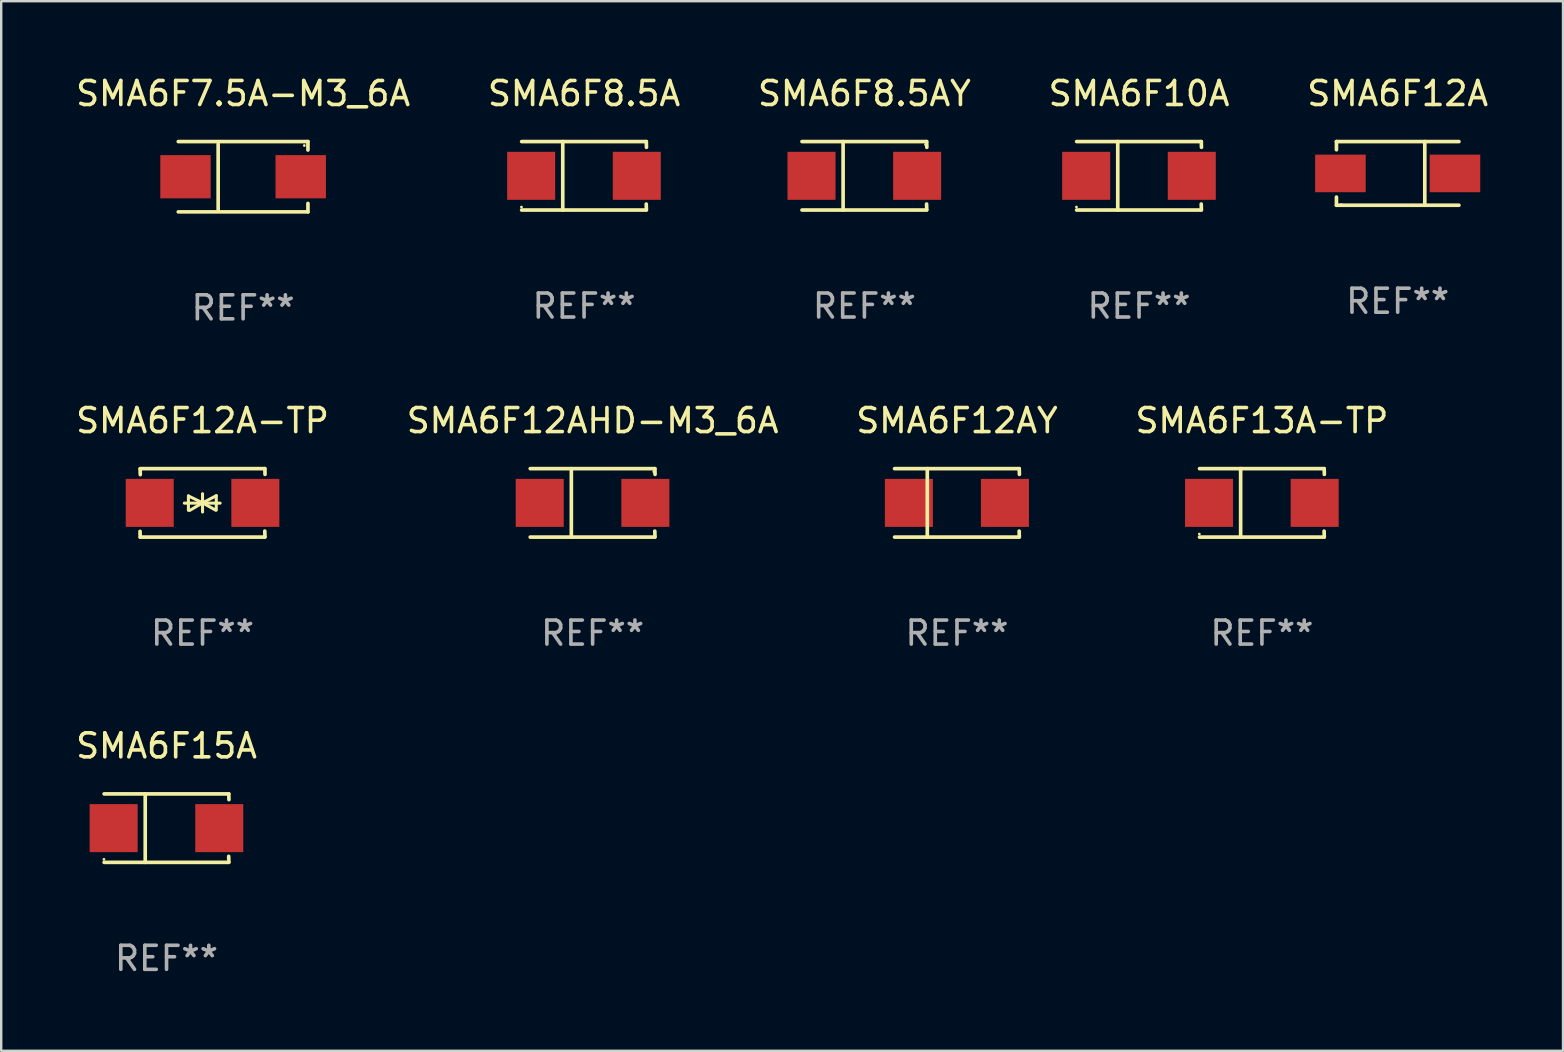
<source format=kicad_pcb>
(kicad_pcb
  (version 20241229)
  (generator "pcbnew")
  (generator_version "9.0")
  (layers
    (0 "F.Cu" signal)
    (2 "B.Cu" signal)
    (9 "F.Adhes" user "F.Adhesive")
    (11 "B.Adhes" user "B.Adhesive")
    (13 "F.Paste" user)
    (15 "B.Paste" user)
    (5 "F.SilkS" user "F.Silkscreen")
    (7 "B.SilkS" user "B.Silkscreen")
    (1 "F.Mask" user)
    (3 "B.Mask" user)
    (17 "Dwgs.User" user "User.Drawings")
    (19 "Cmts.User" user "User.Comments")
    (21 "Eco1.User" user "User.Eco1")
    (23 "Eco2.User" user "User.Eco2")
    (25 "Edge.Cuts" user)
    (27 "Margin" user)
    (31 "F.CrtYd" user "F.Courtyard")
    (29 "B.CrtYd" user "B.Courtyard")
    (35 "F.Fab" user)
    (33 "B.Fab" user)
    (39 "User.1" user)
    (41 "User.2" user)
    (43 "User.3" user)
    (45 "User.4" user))
  (footprint "SMA6F8.5AY"
    (layer "F.Cu")
    (at 32.958 4.274)
    (property "Reference" "SMA6F8.5AY" (at 0 -3.426 0) (layer "F.SilkS") (effects (font (size 1 1) (thickness 0.15))))
    (attr through_hole)
    (fp_line (start -2.6 -1.426) (end 2.593 -1.426) (stroke (width 0.152) (type solid)) (layer "F.SilkS"))
    (fp_line (start -2.6 1.426) (end 2.593 1.426) (stroke (width 0.152) (type solid)) (layer "F.SilkS"))
    (fp_line (start -0.887 -1.426) (end -0.887 1.426) (stroke (width 0.152) (type solid)) (layer "F.SilkS"))
    (fp_line (start 2.59 1.176) (end 2.597 1.415) (stroke (width 0.152) (type solid)) (layer "F.SilkS"))
    (fp_line (start 2.593 -1.426) (end 2.6 -1.187) (stroke (width 0.152) (type solid)) (layer "F.SilkS"))
    (fp_circle (center 2.547 -1.3) (end 2.577 -1.3) (stroke (width 0.06) (type solid)) (fill no) (layer "F.SilkS"))
    (fp_text user "REF**" (at 0 5.426 0) (layer "F.Fab") (effects (font (size 1 1) (thickness 0.15))))
    (pad "1" smd rect (at 2.197 -0.000025 180) (size 2 2) (layers "F.Cu" "F.Mask" "F.Paste"))
    (pad "2" smd rect (at -2.203 -0.000025 180) (size 2 2) (layers "F.Cu" "F.Mask" "F.Paste")))
  (footprint "SMA6F15A"
    (layer "F.Cu")
    (at 3.887 31.447)
    (property "Reference" "SMA6F15A" (at 0 -3.426 0) (layer "F.SilkS") (effects (font (size 1 1) (thickness 0.15))))
    (attr through_hole)
    (fp_line (start -2.6 -1.426) (end 2.593 -1.426) (stroke (width 0.152) (type solid)) (layer "F.SilkS"))
    (fp_line (start -2.6 1.426) (end 2.593 1.426) (stroke (width 0.152) (type solid)) (layer "F.SilkS"))
    (fp_line (start -0.887 -1.426) (end -0.887 1.426) (stroke (width 0.152) (type solid)) (layer "F.SilkS"))
    (fp_line (start 2.59 1.176) (end 2.597 1.415) (stroke (width 0.152) (type solid)) (layer "F.SilkS"))
    (fp_line (start 2.593 -1.426) (end 2.6 -1.187) (stroke (width 0.152) (type solid)) (layer "F.SilkS"))
    (fp_circle (center -2.608 1.3) (end -2.578 1.3) (stroke (width 0.06) (type solid)) (fill no) (layer "F.SilkS"))
    (fp_text user "REF**" (at 0 5.426 0) (layer "F.Fab") (effects (font (size 1 1) (thickness 0.15))))
    (pad "1" smd rect (at -2.203 0 180) (size 2 2) (layers "F.Cu" "F.Mask" "F.Paste"))
    (pad "2" smd rect (at 2.197 0 180) (size 2 2) (layers "F.Cu" "F.Mask" "F.Paste")))
  (footprint "SMA6F12A-TP"
    (layer "F.Cu")
    (at 5.387 17.898)
    (property "Reference" "SMA6F12A-TP" (at 0 -3.426 0) (layer "F.SilkS") (effects (font (size 1 1) (thickness 0.15))))
    (attr through_hole)
    (fp_line (start -2.596 -1.426) (end 2.596 -1.426) (stroke (width 0.152) (type solid)) (layer "F.SilkS"))
    (fp_line (start -2.596 1.426) (end -2.603 1.187) (stroke (width 0.152) (type solid)) (layer "F.SilkS"))
    (fp_line (start -2.596 1.426) (end 2.596 1.426) (stroke (width 0.152) (type solid)) (layer "F.SilkS"))
    (fp_line (start -2.593 -1.176) (end -2.6 -1.415) (stroke (width 0.152) (type solid)) (layer "F.SilkS"))
    (fp_line (start -0.758 0.011) (end 0.732 0.011) (stroke (width 0.127) (type solid)) (layer "F.SilkS"))
    (fp_line (start -0.588 -0.289) (end -0.588 0.311) (stroke (width 0.127) (type solid)) (layer "F.SilkS"))
    (fp_line (start -0.588 -0.289) (end 0 0) (stroke (width 0.127) (type solid)) (layer "F.SilkS"))
    (fp_line (start -0.528 0.311) (end 0 0) (stroke (width 0.127) (type solid)) (layer "F.SilkS"))
    (fp_line (start 0 0) (end 0 -0.381) (stroke (width 0.127) (type solid)) (layer "F.SilkS"))
    (fp_line (start 0 0) (end 0 0.381) (stroke (width 0.127) (type solid)) (layer "F.SilkS"))
    (fp_line (start 0.542 0.301) (end 0 0) (stroke (width 0.127) (type solid)) (layer "F.SilkS"))
    (fp_line (start 0.572 -0.299) (end 0 0) (stroke (width 0.127) (type solid)) (layer "F.SilkS"))
    (fp_line (start 0.572 -0.299) (end 0.572 0.301) (stroke (width 0.127) (type solid)) (layer "F.SilkS"))
    (fp_line (start 2.593 1.176) (end 2.6 1.415) (stroke (width 0.152) (type solid)) (layer "F.SilkS"))
    (fp_line (start 2.596 -1.426) (end 2.603 -1.187) (stroke (width 0.152) (type solid)) (layer "F.SilkS"))
    (fp_circle (center -2.605 1.3) (end -2.575 1.3) (stroke (width 0.06) (type solid)) (fill no) (layer "F.SilkS"))
    (fp_text user "REF**" (at 0 5.426 0) (layer "F.Fab") (effects (font (size 1 1) (thickness 0.15))))
    (pad "1" smd rect (at -2.2 0 180) (size 2 2) (layers "F.Cu" "F.Mask" "F.Paste"))
    (pad "2" smd rect (at 2.2 0 180) (size 2 2) (layers "F.Cu" "F.Mask" "F.Paste")))
  (footprint "SMA6F12A"
    (layer "F.Cu")
    (at 55.173 4.174)
    (property "Reference" "SMA6F12A" (at 0 -3.326 0) (layer "F.SilkS") (effects (font (size 1 1) (thickness 0.15))))
    (attr through_hole)
    (fp_line (start -2.551 -1.326) (end -2.551 -0.986) (stroke (width 0.152) (type solid)) (layer "F.SilkS"))
    (fp_line (start -2.551 1.326) (end -2.551 0.986) (stroke (width 0.152) (type solid)) (layer "F.SilkS"))
    (fp_line (start 1.129 1.326) (end 1.129 -1.326) (stroke (width 0.152) (type solid)) (layer "F.SilkS"))
    (fp_line (start 2.551 -1.326) (end -2.551 -1.326) (stroke (width 0.152) (type solid)) (layer "F.SilkS"))
    (fp_line (start 2.551 1.326) (end -2.551 1.326) (stroke (width 0.152) (type solid)) (layer "F.SilkS"))
    (fp_circle (center -2.35 1.3) (end -2.32 1.3) (stroke (width 0.06) (type solid)) (fill no) (layer "F.SilkS"))
    (fp_text user "REF**" (at 0 5.326 0) (layer "F.Fab") (effects (font (size 1 1) (thickness 0.15))))
    (pad "1" smd rect (at -2.386 0) (size 2.107 1.566) (layers "F.Cu" "F.Mask" "F.Paste"))
    (pad "2" smd rect (at 2.386 0) (size 2.107 1.566) (layers "F.Cu" "F.Mask" "F.Paste")))
  (footprint "SMA6F12AHD-M3_6A"
    (layer "F.Cu")
    (at 21.637 17.898)
    (property "Reference" "SMA6F12AHD-M3_6A" (at 0 -3.426 0) (layer "F.SilkS") (effects (font (size 1 1) (thickness 0.15))))
    (attr through_hole)
    (fp_line (start -2.6 -1.426) (end 2.593 -1.426) (stroke (width 0.152) (type solid)) (layer "F.SilkS"))
    (fp_line (start -2.6 1.426) (end 2.593 1.426) (stroke (width 0.152) (type solid)) (layer "F.SilkS"))
    (fp_line (start -0.887 -1.426) (end -0.887 1.426) (stroke (width 0.152) (type solid)) (layer "F.SilkS"))
    (fp_line (start 2.59 1.176) (end 2.597 1.415) (stroke (width 0.152) (type solid)) (layer "F.SilkS"))
    (fp_line (start 2.593 -1.426) (end 2.6 -1.187) (stroke (width 0.152) (type solid)) (layer "F.SilkS"))
    (fp_circle (center 2.547 -1.3) (end 2.577 -1.3) (stroke (width 0.06) (type solid)) (fill no) (layer "F.SilkS"))
    (fp_text user "REF**" (at 0 5.426 0) (layer "F.Fab") (effects (font (size 1 1) (thickness 0.15))))
    (pad "1" smd rect (at 2.197 -0.000025 180) (size 2 2) (layers "F.Cu" "F.Mask" "F.Paste"))
    (pad "2" smd rect (at -2.203 -0.000025 180) (size 2 2) (layers "F.Cu" "F.Mask" "F.Paste")))
  (footprint "SMA6F10A"
    (layer "F.Cu")
    (at 44.399 4.274)
    (property "Reference" "SMA6F10A" (at 0 -3.426 0) (layer "F.SilkS") (effects (font (size 1 1) (thickness 0.15))))
    (attr through_hole)
    (fp_line (start -2.6 -1.426) (end 2.593 -1.426) (stroke (width 0.152) (type solid)) (layer "F.SilkS"))
    (fp_line (start -2.6 1.426) (end 2.593 1.426) (stroke (width 0.152) (type solid)) (layer "F.SilkS"))
    (fp_line (start -0.887 -1.426) (end -0.887 1.426) (stroke (width 0.152) (type solid)) (layer "F.SilkS"))
    (fp_line (start 2.59 1.176) (end 2.597 1.415) (stroke (width 0.152) (type solid)) (layer "F.SilkS"))
    (fp_line (start 2.593 -1.426) (end 2.6 -1.187) (stroke (width 0.152) (type solid)) (layer "F.SilkS"))
    (fp_circle (center -2.608 1.3) (end -2.578 1.3) (stroke (width 0.06) (type solid)) (fill no) (layer "F.SilkS"))
    (fp_text user "REF**" (at 0 5.426 0) (layer "F.Fab") (effects (font (size 1 1) (thickness 0.15))))
    (pad "1" smd rect (at -2.203 0 180) (size 2 2) (layers "F.Cu" "F.Mask" "F.Paste"))
    (pad "2" smd rect (at 2.197 0 180) (size 2 2) (layers "F.Cu" "F.Mask" "F.Paste")))
  (footprint "SMA6F7.5A-M3_6A"
    (layer "F.Cu")
    (at 7.077 4.312)
    (property "Reference" "SMA6F7.5A-M3_6A" (at 0 -3.464 0) (layer "F.SilkS") (effects (font (size 1 1) (thickness 0.15))))
    (attr through_hole)
    (fp_line (start -2.701 -1.464) (end 2.701 -1.464) (stroke (width 0.152) (type solid)) (layer "F.SilkS"))
    (fp_line (start -2.701 1.464) (end 2.701 1.464) (stroke (width 0.152) (type solid)) (layer "F.SilkS"))
    (fp_line (start -1.039 -1.364) (end -1.039 1.364) (stroke (width 0.152) (type solid)) (layer "F.SilkS"))
    (fp_line (start 2.701 -1.464) (end 2.701 -1.113) (stroke (width 0.152) (type solid)) (layer "F.SilkS"))
    (fp_line (start 2.701 1.464) (end 2.701 1.113) (stroke (width 0.152) (type solid)) (layer "F.SilkS"))
    (fp_circle (center 2.55 -1.3) (end 2.58 -1.3) (stroke (width 0.06) (type solid)) (fill no) (layer "F.SilkS"))
    (fp_text user "REF**" (at 0 5.464 0) (layer "F.Fab") (effects (font (size 1 1) (thickness 0.15))))
    (pad "1" smd rect (at 2.4 0.000025) (size 2.1 1.8) (layers "F.Cu" "F.Mask" "F.Paste"))
    (pad "2" smd rect (at -2.4 0.000025) (size 2.1 1.8) (layers "F.Cu" "F.Mask" "F.Paste")))
  (footprint "SMA6F13A-TP"
    (layer "F.Cu")
    (at 49.518 17.898)
    (property "Reference" "SMA6F13A-TP" (at 0 -3.426 0) (layer "F.SilkS") (effects (font (size 1 1) (thickness 0.15))))
    (attr through_hole)
    (fp_line (start -2.6 -1.426) (end 2.593 -1.426) (stroke (width 0.152) (type solid)) (layer "F.SilkS"))
    (fp_line (start -2.6 1.426) (end 2.593 1.426) (stroke (width 0.152) (type solid)) (layer "F.SilkS"))
    (fp_line (start -0.887 -1.426) (end -0.887 1.426) (stroke (width 0.152) (type solid)) (layer "F.SilkS"))
    (fp_line (start 2.59 1.176) (end 2.597 1.415) (stroke (width 0.152) (type solid)) (layer "F.SilkS"))
    (fp_line (start 2.593 -1.426) (end 2.6 -1.187) (stroke (width 0.152) (type solid)) (layer "F.SilkS"))
    (fp_circle (center -2.608 1.3) (end -2.578 1.3) (stroke (width 0.06) (type solid)) (fill no) (layer "F.SilkS"))
    (fp_text user "REF**" (at 0 5.426 0) (layer "F.Fab") (effects (font (size 1 1) (thickness 0.15))))
    (pad "1" smd rect (at -2.203 0 180) (size 2 2) (layers "F.Cu" "F.Mask" "F.Paste"))
    (pad "2" smd rect (at 2.197 0 180) (size 2 2) (layers "F.Cu" "F.Mask" "F.Paste")))
  (footprint "SMA6F12AY"
    (layer "F.Cu")
    (at 36.815 17.898)
    (property "Reference" "SMA6F12AY" (at 0 -3.426 0) (layer "F.SilkS") (effects (font (size 1 1) (thickness 0.15))))
    (attr through_hole)
    (fp_line (start -2.6 -1.426) (end 2.593 -1.426) (stroke (width 0.152) (type solid)) (layer "F.SilkS"))
    (fp_line (start -2.6 1.426) (end 2.593 1.426) (stroke (width 0.152) (type solid)) (layer "F.SilkS"))
    (fp_line (start -1.237 -1.426) (end -1.237 1.426) (stroke (width 0.152) (type solid)) (layer "F.SilkS"))
    (fp_line (start 2.59 1.176) (end 2.597 1.415) (stroke (width 0.152) (type solid)) (layer "F.SilkS"))
    (fp_line (start 2.593 -1.426) (end 2.6 -1.187) (stroke (width 0.152) (type solid)) (layer "F.SilkS"))
    (fp_circle (center 2.602 -1.3) (end 2.632 -1.3) (stroke (width 0.06) (type solid)) (fill no) (layer "F.SilkS"))
    (fp_text user "REF**" (at 0 5.426 0) (layer "F.Fab") (effects (font (size 1 1) (thickness 0.15))))
    (pad "1" smd rect (at 1.997 0 180) (size 2 2) (layers "F.Cu" "F.Mask" "F.Paste"))
    (pad "2" smd rect (at -2.004 0 180) (size 2 2) (layers "F.Cu" "F.Mask" "F.Paste")))
  (footprint "SMA6F8.5A"
    (layer "F.Cu")
    (at 21.28 4.274)
    (property "Reference" "SMA6F8.5A" (at 0 -3.426 0) (layer "F.SilkS") (effects (font (size 1 1) (thickness 0.15))))
    (attr through_hole)
    (fp_line (start -2.6 -1.426) (end 2.593 -1.426) (stroke (width 0.152) (type solid)) (layer "F.SilkS"))
    (fp_line (start -2.6 1.426) (end 2.593 1.426) (stroke (width 0.152) (type solid)) (layer "F.SilkS"))
    (fp_line (start -0.887 -1.426) (end -0.887 1.426) (stroke (width 0.152) (type solid)) (layer "F.SilkS"))
    (fp_line (start 2.59 1.176) (end 2.597 1.415) (stroke (width 0.152) (type solid)) (layer "F.SilkS"))
    (fp_line (start 2.593 -1.426) (end 2.6 -1.187) (stroke (width 0.152) (type solid)) (layer "F.SilkS"))
    (fp_circle (center -2.608 1.3) (end -2.578 1.3) (stroke (width 0.06) (type solid)) (fill no) (layer "F.SilkS"))
    (fp_text user "REF**" (at 0 5.426 0) (layer "F.Fab") (effects (font (size 1 1) (thickness 0.15))))
    (pad "1" smd rect (at -2.203 0 180) (size 2 2) (layers "F.Cu" "F.Mask" "F.Paste"))
    (pad "2" smd rect (at 2.197 0 180) (size 2 2) (layers "F.Cu" "F.Mask" "F.Paste")))
  (gr_rect
    (start -3 -3)
    (end 62.06 40.722)
    (stroke (width 0.1) (type default))
    (fill no)
    (layer "Edge.Cuts")))
</source>
